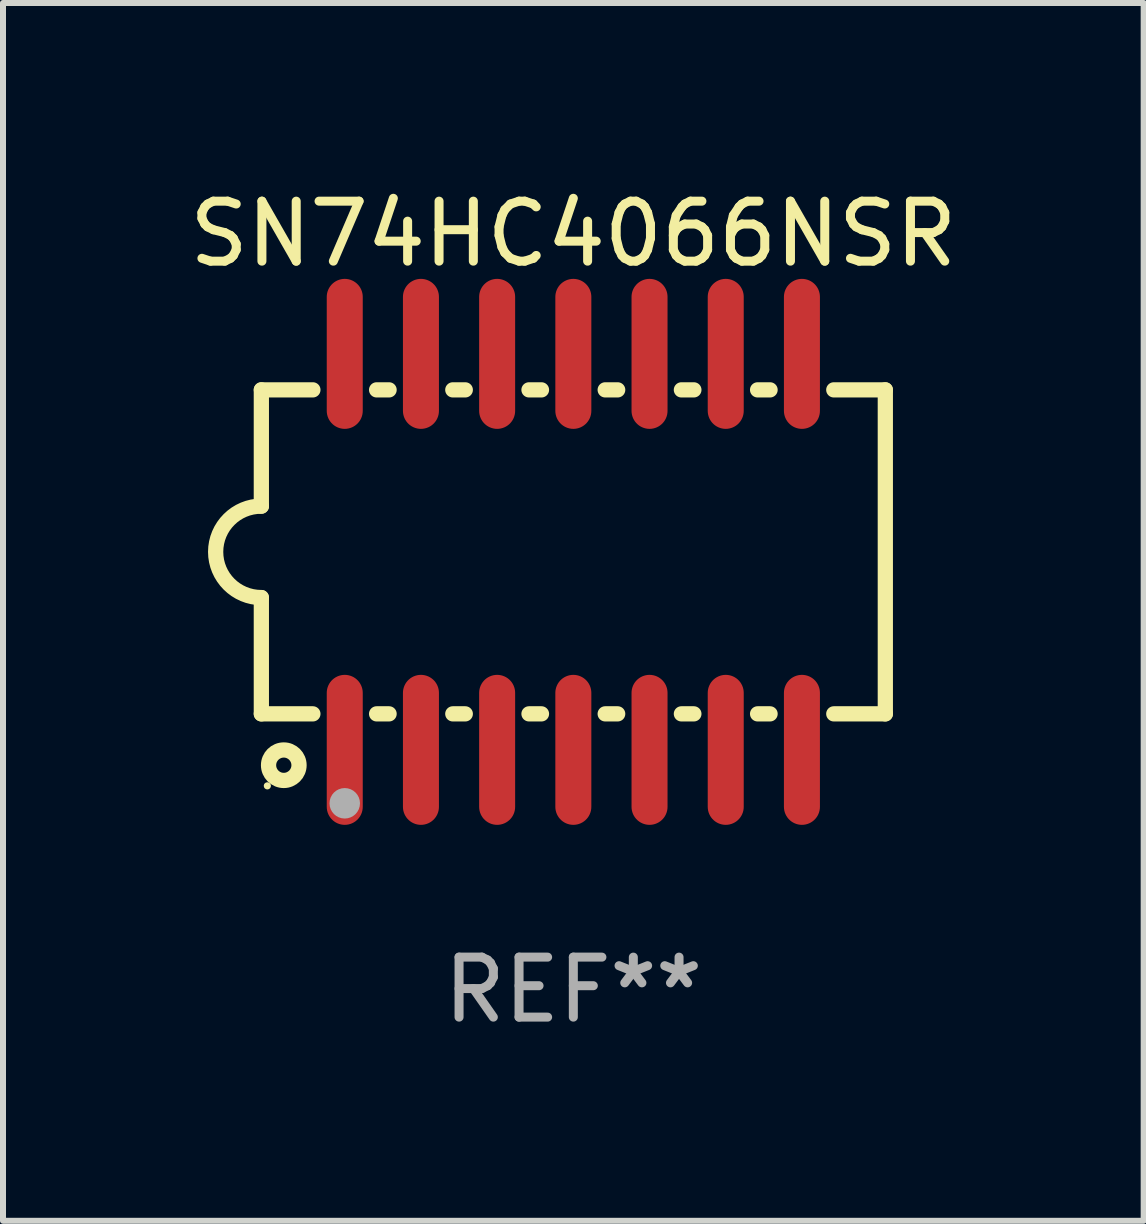
<source format=kicad_pcb>
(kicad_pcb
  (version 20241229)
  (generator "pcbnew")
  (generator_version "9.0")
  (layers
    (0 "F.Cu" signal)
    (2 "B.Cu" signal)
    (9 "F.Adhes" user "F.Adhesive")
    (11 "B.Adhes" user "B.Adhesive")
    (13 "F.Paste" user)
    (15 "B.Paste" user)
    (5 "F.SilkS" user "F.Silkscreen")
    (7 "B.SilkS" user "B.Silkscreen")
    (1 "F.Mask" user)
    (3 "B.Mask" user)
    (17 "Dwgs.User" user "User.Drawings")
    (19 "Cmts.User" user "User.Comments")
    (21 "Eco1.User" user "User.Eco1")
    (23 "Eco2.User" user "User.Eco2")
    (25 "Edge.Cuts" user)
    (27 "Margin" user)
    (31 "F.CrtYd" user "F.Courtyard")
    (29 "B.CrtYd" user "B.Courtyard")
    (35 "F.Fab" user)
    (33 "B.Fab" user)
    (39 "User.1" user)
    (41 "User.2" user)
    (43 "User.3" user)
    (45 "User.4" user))
  (footprint "SN74HC4066NSR"
    (layer "F.Cu")
    (at 6.506 6.148)
    (property "Reference" "SN74HC4066NSR" (at 0 -5.3 0) (layer "F.SilkS") (effects (font (size 1 1) (thickness 0.15))))
    (attr through_hole)
    (fp_line (start -5.2 -2.7) (end -5.2 -0.762) (stroke (width 0.254) (type solid)) (layer "F.SilkS"))
    (fp_line (start -5.2 -2.7) (end -4.341 -2.7) (stroke (width 0.254) (type solid)) (layer "F.SilkS"))
    (fp_line (start -5.2 2.7) (end -5.2 0.762) (stroke (width 0.254) (type solid)) (layer "F.SilkS"))
    (fp_line (start -4.341 2.7) (end -5.2 2.7) (stroke (width 0.254) (type solid)) (layer "F.SilkS"))
    (fp_line (start -3.279 -2.7) (end -3.071 -2.7) (stroke (width 0.254) (type solid)) (layer "F.SilkS"))
    (fp_line (start -3.071 2.7) (end -3.279 2.7) (stroke (width 0.254) (type solid)) (layer "F.SilkS"))
    (fp_line (start -2.009 -2.7) (end -1.801 -2.7) (stroke (width 0.254) (type solid)) (layer "F.SilkS"))
    (fp_line (start -1.801 2.7) (end -2.009 2.7) (stroke (width 0.254) (type solid)) (layer "F.SilkS"))
    (fp_line (start -0.739 -2.7) (end -0.531 -2.7) (stroke (width 0.254) (type solid)) (layer "F.SilkS"))
    (fp_line (start -0.531 2.7) (end -0.739 2.7) (stroke (width 0.254) (type solid)) (layer "F.SilkS"))
    (fp_line (start 0.531 -2.7) (end 0.739 -2.7) (stroke (width 0.254) (type solid)) (layer "F.SilkS"))
    (fp_line (start 0.739 2.7) (end 0.531 2.7) (stroke (width 0.254) (type solid)) (layer "F.SilkS"))
    (fp_line (start 1.801 -2.7) (end 2.009 -2.7) (stroke (width 0.254) (type solid)) (layer "F.SilkS"))
    (fp_line (start 2.009 2.7) (end 1.801 2.7) (stroke (width 0.254) (type solid)) (layer "F.SilkS"))
    (fp_line (start 3.071 -2.7) (end 3.279 -2.7) (stroke (width 0.254) (type solid)) (layer "F.SilkS"))
    (fp_line (start 3.279 2.7) (end 3.071 2.7) (stroke (width 0.254) (type solid)) (layer "F.SilkS"))
    (fp_line (start 4.341 -2.7) (end 5.2 -2.7) (stroke (width 0.254) (type solid)) (layer "F.SilkS"))
    (fp_line (start 5.2 2.7) (end 4.341 2.7) (stroke (width 0.254) (type solid)) (layer "F.SilkS"))
    (fp_line (start 5.2 2.7) (end 5.2 -2.7) (stroke (width 0.254) (type solid)) (layer "F.SilkS"))
    (fp_arc (start -5.2 0.762002) (mid -5.961393 -0.000305) (end -5.199391 -0.762002) (stroke (width 0.254001) (type solid)) (layer "F.SilkS"))
    (fp_circle (center -5.1 3.9) (end -5.07 3.9) (stroke (width 0.06) (type solid)) (fill no) (layer "F.SilkS"))
    (fp_circle (center -4.826 3.556) (end -4.572 3.556) (stroke (width 0.254) (type solid)) (fill no) (layer "F.SilkS"))
    (fp_circle (center -3.81 4.191) (end -3.683 4.191) (stroke (width 0.254) (type solid)) (fill no) (layer "F.Fab"))
    (fp_text user "REF**" (at 0 7.3 0) (layer "F.Fab") (effects (font (size 1 1) (thickness 0.15))))
    (pad "1" smd oval (at -3.81 3.3) (size 0.6 2.5) (layers "F.Cu" "F.Mask" "F.Paste"))
    (pad "2" smd oval (at -2.54 3.3) (size 0.6 2.5) (layers "F.Cu" "F.Mask" "F.Paste"))
    (pad "3" smd oval (at -1.27 3.3) (size 0.6 2.5) (layers "F.Cu" "F.Mask" "F.Paste"))
    (pad "4" smd oval (at 0 3.3) (size 0.6 2.5) (layers "F.Cu" "F.Mask" "F.Paste"))
    (pad "5" smd oval (at 1.27 3.3) (size 0.6 2.5) (layers "F.Cu" "F.Mask" "F.Paste"))
    (pad "6" smd oval (at 2.54 3.3) (size 0.6 2.5) (layers "F.Cu" "F.Mask" "F.Paste"))
    (pad "7" smd oval (at 3.81 3.3) (size 0.6 2.5) (layers "F.Cu" "F.Mask" "F.Paste"))
    (pad "8" smd oval (at 3.81 -3.3) (size 0.6 2.5) (layers "F.Cu" "F.Mask" "F.Paste"))
    (pad "9" smd oval (at 2.54 -3.3) (size 0.6 2.5) (layers "F.Cu" "F.Mask" "F.Paste"))
    (pad "10" smd oval (at 1.27 -3.3) (size 0.6 2.5) (layers "F.Cu" "F.Mask" "F.Paste"))
    (pad "11" smd oval (at 0 -3.3) (size 0.6 2.5) (layers "F.Cu" "F.Mask" "F.Paste"))
    (pad "12" smd oval (at -1.27 -3.3) (size 0.6 2.5) (layers "F.Cu" "F.Mask" "F.Paste"))
    (pad "13" smd oval (at -2.54 -3.3) (size 0.6 2.5) (layers "F.Cu" "F.Mask" "F.Paste"))
    (pad "14" smd oval (at -3.81 -3.3) (size 0.6 2.5) (layers "F.Cu" "F.Mask" "F.Paste")))
  (gr_rect
    (start -3 -3)
    (end 16.012 17.297)
    (stroke (width 0.1) (type default))
    (fill no)
    (layer "Edge.Cuts")))
</source>
